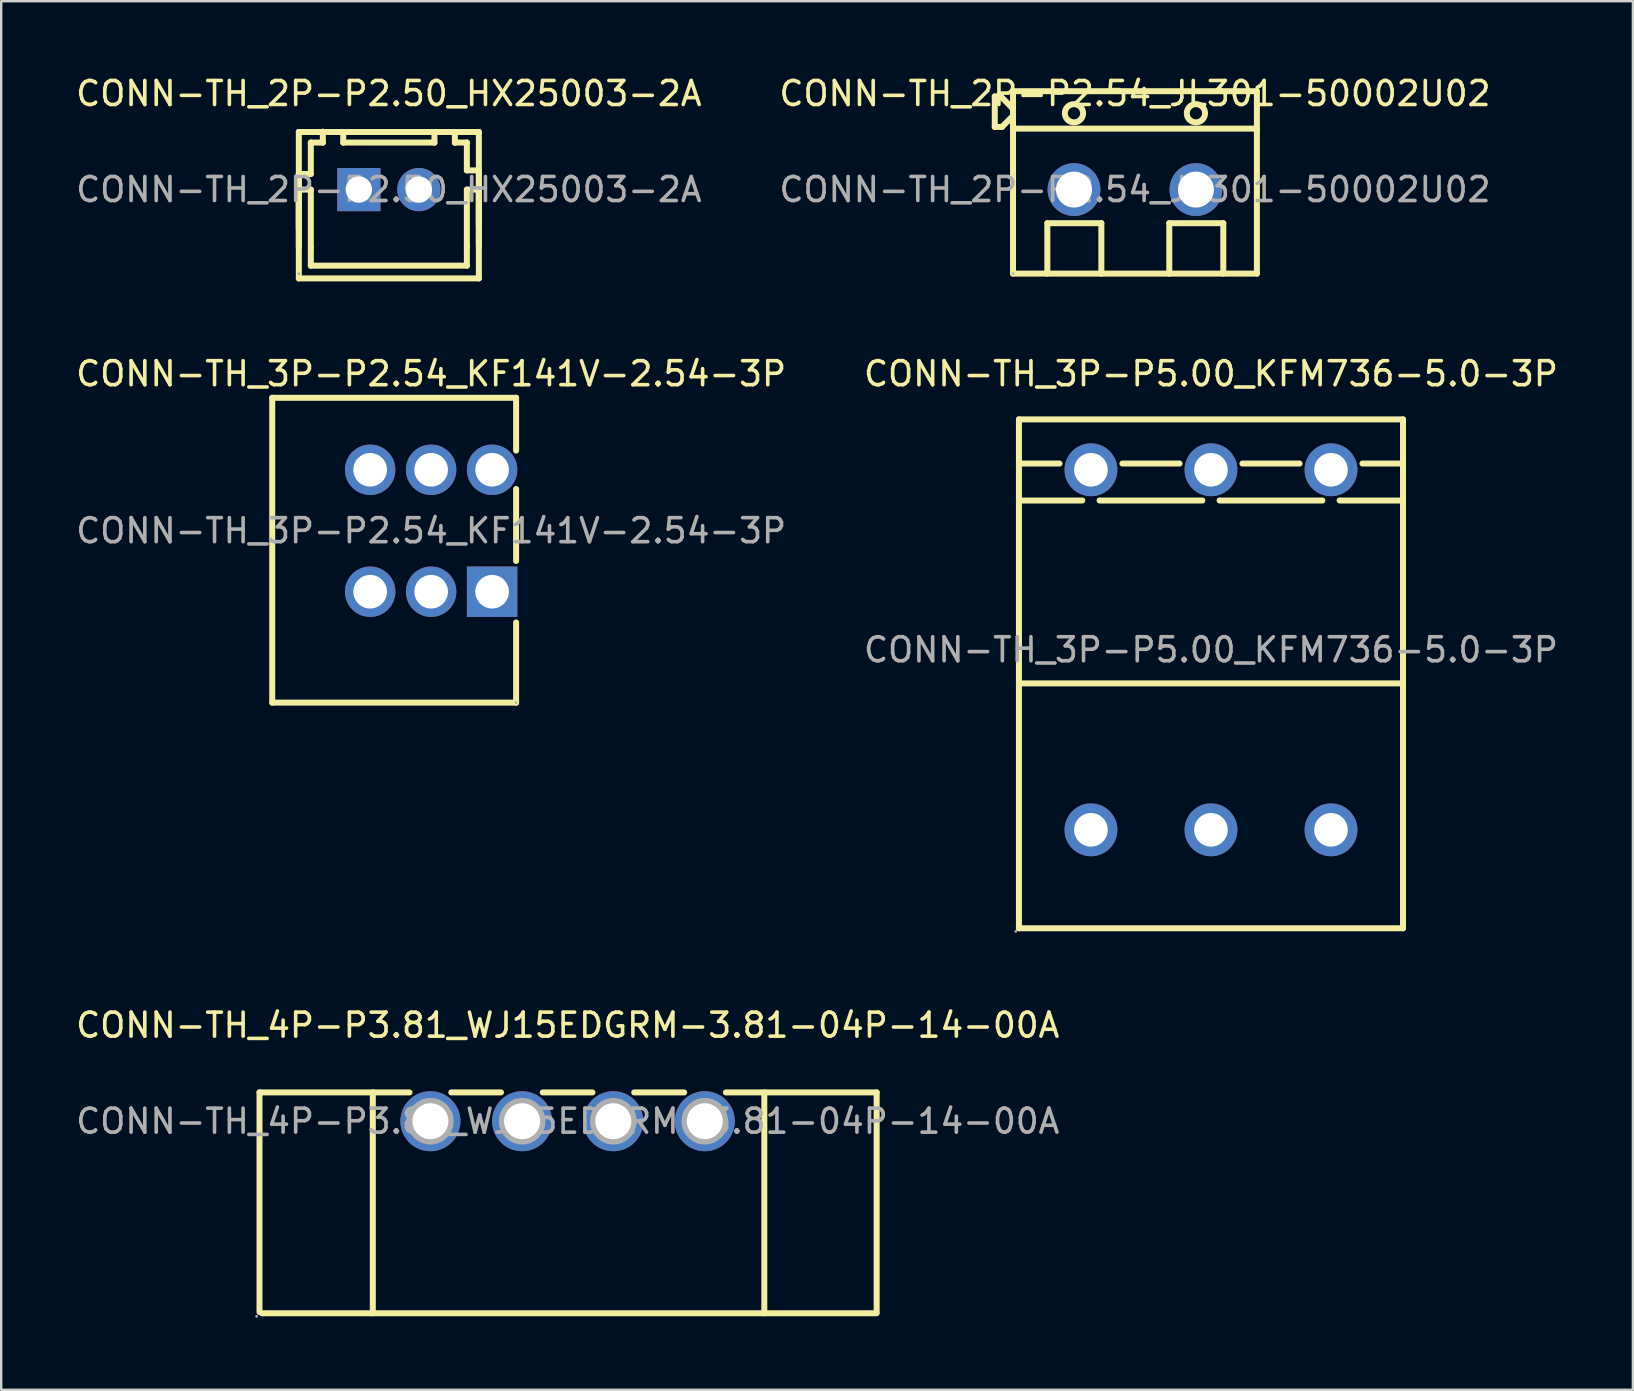
<source format=kicad_pcb>
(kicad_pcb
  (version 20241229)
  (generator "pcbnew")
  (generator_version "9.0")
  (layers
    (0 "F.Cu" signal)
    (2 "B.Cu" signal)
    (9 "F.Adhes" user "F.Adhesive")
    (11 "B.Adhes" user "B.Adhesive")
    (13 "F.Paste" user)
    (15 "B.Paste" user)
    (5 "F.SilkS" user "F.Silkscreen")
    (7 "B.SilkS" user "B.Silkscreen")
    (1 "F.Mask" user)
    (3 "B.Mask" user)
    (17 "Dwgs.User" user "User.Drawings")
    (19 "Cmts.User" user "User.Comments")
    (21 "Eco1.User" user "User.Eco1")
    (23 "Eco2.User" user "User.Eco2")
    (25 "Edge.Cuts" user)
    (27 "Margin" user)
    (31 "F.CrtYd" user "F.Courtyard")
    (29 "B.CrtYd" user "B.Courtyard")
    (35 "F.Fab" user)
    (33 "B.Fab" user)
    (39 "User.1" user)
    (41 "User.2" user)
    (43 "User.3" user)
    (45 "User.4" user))
  (footprint "CONN-TH_3P-P5.00_KFM736-5.0-3P"
    (layer "F.Cu")
    (at 47.399 24.021)
    (property "Reference" "CONN-TH_3P-P5.00_KFM736-5.0-3P" (at 0 -11.5 0) (layer "F.SilkS") (effects (font (size 1 1) (thickness 0.15))))
    (attr smd)
    (fp_line (start -8 -9.6) (end -8 11.6) (stroke (width 0.25) (type solid)) (layer "F.SilkS"))
    (fp_line (start -8 -9.6) (end 8 -9.6) (stroke (width 0.25) (type solid)) (layer "F.SilkS"))
    (fp_line (start -8 -7.76) (end -6.31 -7.76) (stroke (width 0.25) (type solid)) (layer "F.SilkS"))
    (fp_line (start -8 -6.22) (end -5.36 -6.22) (stroke (width 0.25) (type solid)) (layer "F.SilkS"))
    (fp_line (start -8 1.4) (end 8 1.4) (stroke (width 0.25) (type solid)) (layer "F.SilkS"))
    (fp_line (start -8 11.6) (end 8 11.6) (stroke (width 0.25) (type solid)) (layer "F.SilkS"))
    (fp_line (start -4.64 -6.22) (end -0.36 -6.22) (stroke (width 0.25) (type solid)) (layer "F.SilkS"))
    (fp_line (start -3.69 -7.76) (end -1.31 -7.76) (stroke (width 0.25) (type solid)) (layer "F.SilkS"))
    (fp_line (start 0.36 -6.22) (end 4.64 -6.22) (stroke (width 0.25) (type solid)) (layer "F.SilkS"))
    (fp_line (start 1.31 -7.76) (end 3.69 -7.76) (stroke (width 0.25) (type solid)) (layer "F.SilkS"))
    (fp_line (start 5.36 -6.22) (end 8 -6.22) (stroke (width 0.25) (type solid)) (layer "F.SilkS"))
    (fp_line (start 6.31 -7.76) (end 8 -7.76) (stroke (width 0.25) (type solid)) (layer "F.SilkS"))
    (fp_line (start 8 -9.6) (end 8 11.6) (stroke (width 0.25) (type solid)) (layer "F.SilkS"))
    (fp_circle (center -8.13 11.73) (end -8.1 11.73) (stroke (width 0.06) (type solid)) (fill no) (layer "F.Fab"))
    (fp_circle (center -5 -7.5) (end -4.7 -7.5) (stroke (width 0.6) (type solid)) (fill no) (layer "F.Fab"))
    (fp_circle (center -5 7.5) (end -4.7 7.5) (stroke (width 0.6) (type solid)) (fill no) (layer "F.Fab"))
    (fp_circle (center 0 -7.5) (end 0.3 -7.5) (stroke (width 0.6) (type solid)) (fill no) (layer "F.Fab"))
    (fp_circle (center 0 7.5) (end 0.3 7.5) (stroke (width 0.6) (type solid)) (fill no) (layer "F.Fab"))
    (fp_circle (center 5 -7.5) (end 5.3 -7.5) (stroke (width 0.6) (type solid)) (fill no) (layer "F.Fab"))
    (fp_circle (center 5 7.5) (end 5.3 7.5) (stroke (width 0.6) (type solid)) (fill no) (layer "F.Fab"))
    (fp_text user "${REFERENCE}" (at 0 0 0) (layer "F.Fab") (effects (font (size 1 1) (thickness 0.15))))
    (pad "1" thru_hole circle (at -5 -7.5) (size 2.2 2.2) (drill 1.4) (layers "*.Cu" "*.Paste" "*.Mask"))
    (pad "1" thru_hole circle (at -5 7.5) (size 2.2 2.2) (drill 1.4) (layers "*.Cu" "*.Paste" "*.Mask"))
    (pad "2" thru_hole circle (at 0 -7.5) (size 2.2 2.2) (drill 1.4) (layers "*.Cu" "*.Paste" "*.Mask"))
    (pad "2" thru_hole circle (at 0 7.5) (size 2.2 2.2) (drill 1.4) (layers "*.Cu" "*.Paste" "*.Mask"))
    (pad "3" thru_hole circle (at 5 -7.5) (size 2.2 2.2) (drill 1.4) (layers "*.Cu" "*.Paste" "*.Mask"))
    (pad "3" thru_hole circle (at 5 7.5) (size 2.2 2.2) (drill 1.4) (layers "*.Cu" "*.Paste" "*.Mask")))
  (footprint "CONN-TH_2P-P2.54_JL301-50002U02"
    (layer "F.Cu")
    (at 44.232 4.848)
    (property "Reference" "CONN-TH_2P-P2.54_JL301-50002U02" (at 0 -4 0) (layer "F.SilkS") (effects (font (size 1 1) (thickness 0.15))))
    (attr smd)
    (fp_line (start -5.84 -3.88) (end -5.84 -2.61) (stroke (width 0.25) (type solid)) (layer "F.SilkS"))
    (fp_line (start -5.84 -2.61) (end -5.59 -2.61) (stroke (width 0.25) (type solid)) (layer "F.SilkS"))
    (fp_line (start -5.59 -3.88) (end -5.84 -3.88) (stroke (width 0.25) (type solid)) (layer "F.SilkS"))
    (fp_line (start -5.59 -2.61) (end -5.54 -2.61) (stroke (width 0.25) (type solid)) (layer "F.SilkS"))
    (fp_line (start -5.54 -2.61) (end -5.08 -3.07) (stroke (width 0.25) (type solid)) (layer "F.SilkS"))
    (fp_line (start -5.14 -3.43) (end -5.59 -3.88) (stroke (width 0.25) (type solid)) (layer "F.SilkS"))
    (fp_line (start -5.08 -4.1) (end 5.08 -4.1) (stroke (width 0.25) (type solid)) (layer "F.SilkS"))
    (fp_line (start -5.08 -3.43) (end -5.14 -3.43) (stroke (width 0.25) (type solid)) (layer "F.SilkS"))
    (fp_line (start -5.08 -2.54) (end 5.08 -2.54) (stroke (width 0.25) (type solid)) (layer "F.SilkS"))
    (fp_line (start -5.08 3.5) (end -5.08 -4.1) (stroke (width 0.25) (type solid)) (layer "F.SilkS"))
    (fp_line (start -5.08 3.5) (end 5.08 3.5) (stroke (width 0.25) (type solid)) (layer "F.SilkS"))
    (fp_line (start -3.65 1.4) (end -1.4 1.4) (stroke (width 0.25) (type solid)) (layer "F.SilkS"))
    (fp_line (start -3.65 3.5) (end -3.65 1.4) (stroke (width 0.25) (type solid)) (layer "F.SilkS"))
    (fp_line (start -1.4 1.4) (end -1.4 3.5) (stroke (width 0.25) (type solid)) (layer "F.SilkS"))
    (fp_line (start 1.43 1.4) (end 3.68 1.4) (stroke (width 0.25) (type solid)) (layer "F.SilkS"))
    (fp_line (start 1.43 3.5) (end 1.43 1.4) (stroke (width 0.25) (type solid)) (layer "F.SilkS"))
    (fp_line (start 3.68 1.4) (end 3.68 3.5) (stroke (width 0.25) (type solid)) (layer "F.SilkS"))
    (fp_line (start 5.08 -4.1) (end 5.08 3.5) (stroke (width 0.25) (type solid)) (layer "F.SilkS"))
    (fp_circle (center -2.54 -3.18) (end -2.16 -3.18) (stroke (width 0.25) (type solid)) (fill no) (layer "F.SilkS"))
    (fp_circle (center 2.54 -3.18) (end 2.92 -3.18) (stroke (width 0.25) (type solid)) (fill no) (layer "F.SilkS"))
    (fp_circle (center -5.08 3.5) (end -5.05 3.5) (stroke (width 0.06) (type solid)) (fill no) (layer "F.Fab"))
    (fp_text user "${REFERENCE}" (at 0 0 0) (layer "F.Fab") (effects (font (size 1 1) (thickness 0.15))))
    (pad "1" thru_hole circle (at -2.54 0) (size 2.2 2.2) (drill 1.5) (layers "*.Cu" "*.Paste" "*.Mask"))
    (pad "2" thru_hole circle (at 2.54 0) (size 2.2 2.2) (drill 1.5) (layers "*.Cu" "*.Paste" "*.Mask")))
  (footprint "CONN-TH_3P-P2.54_KF141V-2.54-3P"
    (layer "F.Cu")
    (at 14.911 19.061)
    (property "Reference" "CONN-TH_3P-P2.54_KF141V-2.54-3P" (at 0 -6.54 0) (layer "F.SilkS") (effects (font (size 1 1) (thickness 0.15))))
    (attr smd)
    (fp_line (start -6.62 -5.54) (end -6.62 7.16) (stroke (width 0.25) (type solid)) (layer "F.SilkS"))
    (fp_line (start 3.54 -5.54) (end -6.62 -5.54) (stroke (width 0.25) (type solid)) (layer "F.SilkS"))
    (fp_line (start 3.54 -5.54) (end 3.54 -3.34) (stroke (width 0.25) (type solid)) (layer "F.SilkS"))
    (fp_line (start 3.54 -1.74) (end 3.54 1.26) (stroke (width 0.25) (type solid)) (layer "F.SilkS"))
    (fp_line (start 3.54 3.82) (end 3.54 7.16) (stroke (width 0.25) (type solid)) (layer "F.SilkS"))
    (fp_line (start 3.54 7.16) (end -6.62 7.16) (stroke (width 0.25) (type solid)) (layer "F.SilkS"))
    (fp_circle (center 3.54 7.16) (end 3.57 7.16) (stroke (width 0.06) (type solid)) (fill no) (layer "F.Fab"))
    (fp_text user "${REFERENCE}" (at 0 0 0) (layer "F.Fab") (effects (font (size 1 1) (thickness 0.15))))
    (pad "1" thru_hole circle (at 2.54 -2.54 180) (size 2.1 2.1) (drill 1.4) (layers "*.Cu" "*.Paste" "*.Mask"))
    (pad "1" thru_hole rect (at 2.54 2.54 180) (size 2.1 2.1) (drill 1.4) (layers "*.Cu" "*.Paste" "*.Mask"))
    (pad "2" thru_hole circle (at 0 -2.54 180) (size 2.1 2.1) (drill 1.4) (layers "*.Cu" "*.Paste" "*.Mask"))
    (pad "2" thru_hole circle (at 0 2.54 180) (size 2.1 2.1) (drill 1.4) (layers "*.Cu" "*.Paste" "*.Mask"))
    (pad "3" thru_hole circle (at -2.54 -2.54 180) (size 2.1 2.1) (drill 1.4) (layers "*.Cu" "*.Paste" "*.Mask"))
    (pad "3" thru_hole circle (at -2.54 2.54 180) (size 2.1 2.1) (drill 1.4) (layers "*.Cu" "*.Paste" "*.Mask")))
  (footprint "CONN-TH_2P-P2.50_HX25003-2A"
    (layer "F.Cu")
    (at 13.149 4.848)
    (property "Reference" "CONN-TH_2P-P2.50_HX25003-2A" (at 0 -4 0) (layer "F.SilkS") (effects (font (size 1 1) (thickness 0.15))))
    (attr through_hole)
    (fp_line (start -3.75 -2.4) (end -3.75 3.7) (stroke (width 0.25) (type solid)) (layer "F.SilkS"))
    (fp_line (start -3.75 -2.4) (end 3.75 -2.4) (stroke (width 0.25) (type solid)) (layer "F.SilkS"))
    (fp_line (start -3.75 -0.65) (end -3.25 -0.65) (stroke (width 0.25) (type solid)) (layer "F.SilkS"))
    (fp_line (start -3.75 0) (end -3.75 2.42) (stroke (width 0.25) (type solid)) (layer "F.SilkS"))
    (fp_line (start -3.75 1.6) (end -3.75 -0.65) (stroke (width 0.25) (type solid)) (layer "F.SilkS"))
    (fp_line (start -3.75 1.6) (end -3.75 1.6) (stroke (width 0.25) (type solid)) (layer "F.SilkS"))
    (fp_line (start -3.75 3.7) (end 3.75 3.7) (stroke (width 0.25) (type solid)) (layer "F.SilkS"))
    (fp_line (start -3.25 -1.96) (end -2.75 -1.96) (stroke (width 0.25) (type solid)) (layer "F.SilkS"))
    (fp_line (start -3.25 -0.65) (end -3.25 -1.96) (stroke (width 0.25) (type solid)) (layer "F.SilkS"))
    (fp_line (start -3.25 0) (end -3.75 0) (stroke (width 0.25) (type solid)) (layer "F.SilkS"))
    (fp_line (start -3.25 2.42) (end -3.25 0) (stroke (width 0.25) (type solid)) (layer "F.SilkS"))
    (fp_line (start -3.25 3.17) (end -3.25 2.42) (stroke (width 0.25) (type solid)) (layer "F.SilkS"))
    (fp_line (start -2.75 -2.41) (end -2.75 -2.41) (stroke (width 0.25) (type solid)) (layer "F.SilkS"))
    (fp_line (start -2.75 -1.96) (end -2.75 -2.41) (stroke (width 0.25) (type solid)) (layer "F.SilkS"))
    (fp_line (start -2.75 -1.96) (end -2.75 -1.96) (stroke (width 0.25) (type solid)) (layer "F.SilkS"))
    (fp_line (start -1.9 -2.4) (end -1.9 -1.95) (stroke (width 0.25) (type solid)) (layer "F.SilkS"))
    (fp_line (start 1.9 -2.4) (end 1.9 -1.95) (stroke (width 0.25) (type solid)) (layer "F.SilkS"))
    (fp_line (start 1.9 -1.96) (end -1.9 -1.96) (stroke (width 0.25) (type solid)) (layer "F.SilkS"))
    (fp_line (start 2.75 -1.95) (end 2.75 -2.4) (stroke (width 0.25) (type solid)) (layer "F.SilkS"))
    (fp_line (start 3.25 -1.96) (end 2.75 -1.96) (stroke (width 0.25) (type solid)) (layer "F.SilkS"))
    (fp_line (start 3.25 -1.96) (end 3.25 -0.8) (stroke (width 0.25) (type solid)) (layer "F.SilkS"))
    (fp_line (start 3.25 0) (end 3.25 2.34) (stroke (width 0.25) (type solid)) (layer "F.SilkS"))
    (fp_line (start 3.25 2.34) (end 3.25 3.17) (stroke (width 0.25) (type solid)) (layer "F.SilkS"))
    (fp_line (start 3.25 3.17) (end -3.25 3.17) (stroke (width 0.25) (type solid)) (layer "F.SilkS"))
    (fp_line (start 3.75 -2.4) (end 3.75 3.7) (stroke (width 0.25) (type solid)) (layer "F.SilkS"))
    (fp_line (start 3.75 -0.8) (end 3.25 -0.8) (stroke (width 0.25) (type solid)) (layer "F.SilkS"))
    (fp_line (start 3.75 0) (end 3.25 0) (stroke (width 0.25) (type solid)) (layer "F.SilkS"))
    (fp_line (start 3.75 1.5) (end 3.75 -0.8) (stroke (width 0.25) (type solid)) (layer "F.SilkS"))
    (fp_line (start 3.75 2.34) (end 3.75 0) (stroke (width 0.25) (type solid)) (layer "F.SilkS"))
    (fp_circle (center -3.75 3.5) (end -3.72 3.5) (stroke (width 0.06) (type solid)) (fill no) (layer "F.Fab"))
    (fp_text user "${REFERENCE}" (at 0 0 0) (layer "F.Fab") (effects (font (size 1 1) (thickness 0.15))))
    (pad "1" thru_hole rect (at -1.25 0) (size 1.8 1.8) (drill 1.1) (layers "*.Cu" "*.Mask"))
    (pad "2" thru_hole circle (at 1.25 0) (size 1.8 1.8) (drill 1.1) (layers "*.Cu" "*.Mask")))
  (footprint "CONN-TH_4P-P3.81_WJ15EDGRM-3.81-04P-14-00A"
    (layer "F.Cu")
    (at 20.601 43.66)
    (property "Reference" "CONN-TH_4P-P3.81_WJ15EDGRM-3.81-04P-14-00A" (at 0 -4 0) (layer "F.SilkS") (effects (font (size 1 1) (thickness 0.15))))
    (attr through_hole)
    (fp_line (start -12.84 -1.2) (end -12.84 7.95) (stroke (width 0.25) (type solid)) (layer "F.SilkS"))
    (fp_line (start -12.74 8) (end 12.87 8) (stroke (width 0.25) (type solid)) (layer "F.SilkS"))
    (fp_line (start -8.12 -1.2) (end -8.12 8) (stroke (width 0.25) (type solid)) (layer "F.SilkS"))
    (fp_line (start -6.59 -1.2) (end -12.84 -1.2) (stroke (width 0.25) (type solid)) (layer "F.SilkS"))
    (fp_line (start -2.78 -1.2) (end -4.85 -1.2) (stroke (width 0.25) (type solid)) (layer "F.SilkS"))
    (fp_line (start 1.03 -1.2) (end -1.04 -1.2) (stroke (width 0.25) (type solid)) (layer "F.SilkS"))
    (fp_line (start 4.85 -1.2) (end 2.77 -1.2) (stroke (width 0.25) (type solid)) (layer "F.SilkS"))
    (fp_line (start 8.19 -1.2) (end 8.19 8) (stroke (width 0.25) (type solid)) (layer "F.SilkS"))
    (fp_line (start 12.87 -1.2) (end 6.59 -1.2) (stroke (width 0.25) (type solid)) (layer "F.SilkS"))
    (fp_line (start 12.87 -1.2) (end 12.87 7.95) (stroke (width 0.25) (type solid)) (layer "F.SilkS"))
    (fp_circle (center -12.96 8.13) (end -12.93 8.13) (stroke (width 0.06) (type solid)) (fill no) (layer "F.Fab"))
    (fp_circle (center -5.72 0) (end -5.4 0) (stroke (width 0.65) (type solid)) (fill no) (layer "F.Fab"))
    (fp_circle (center -1.9 0) (end -1.58 0) (stroke (width 0.65) (type solid)) (fill no) (layer "F.Fab"))
    (fp_circle (center 1.9 0) (end 2.22 0) (stroke (width 0.65) (type solid)) (fill no) (layer "F.Fab"))
    (fp_circle (center 5.71 0) (end 6.03 0) (stroke (width 0.65) (type solid)) (fill no) (layer "F.Fab"))
    (fp_text user "${REFERENCE}" (at 0 0 0) (layer "F.Fab") (effects (font (size 1 1) (thickness 0.15))))
    (pad "1" thru_hole circle (at -5.72 0) (size 2.5 2.5) (drill 1.5) (layers "*.Cu" "*.Mask"))
    (pad "2" thru_hole circle (at -1.9 0) (size 2.5 2.5) (drill 1.5) (layers "*.Cu" "*.Mask"))
    (pad "3" thru_hole circle (at 1.9 0) (size 2.5 2.5) (drill 1.5) (layers "*.Cu" "*.Mask"))
    (pad "4" thru_hole circle (at 5.71 0) (size 2.5 2.5) (drill 1.5) (layers "*.Cu" "*.Mask")))
  (gr_rect
    (start -3 -3)
    (end 64.976 54.85)
    (stroke (width 0.1) (type default))
    (fill no)
    (layer "Edge.Cuts")))
</source>
